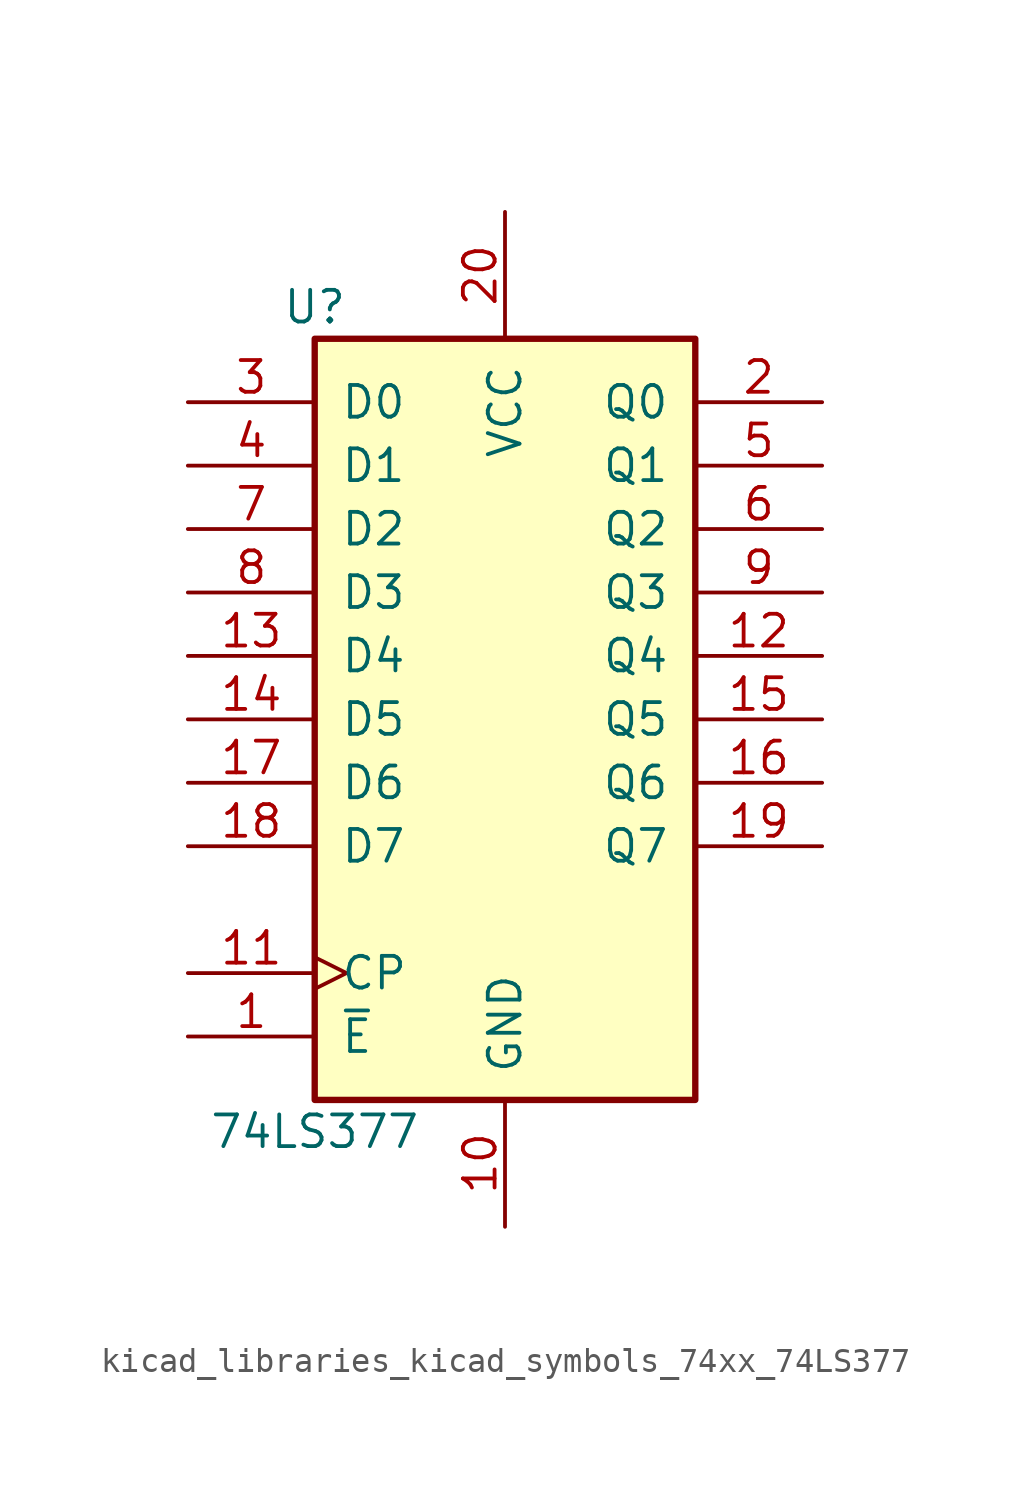
<source format=kicad_sym>
(kicad_symbol_lib
  (version 20220914)
  (generator kicad_symbol_editor)
  (symbol "kicad_libraries_kicad_symbols_74xx_74LS377"
    (pin_names
      (offset 1.016))
    (property "Reference" "U"
      (at -7.62 16.51 0)
      (effects (font (size 1.27 1.27))))
    (property "Value" "74LS377"
      (at -7.62 -16.51 0)
      (effects (font (size 1.27 1.27))))
    (property "ki_locked" ""
      (at 0 0 0)
      (effects (font (size 1.27 1.27))))
    (symbol "kicad_libraries_kicad_symbols_74xx_74LS377_1_0"
      (pin input line (at -12.7 -12.7 0) (length 5.08) (name "~{E}" (effects (font (size 1.27 1.27)))) (number "1" (effects (font (size 1.27 1.27)))))
      (pin power_in line (at 0 -20.32 90) (length 5.08) (name "GND" (effects (font (size 1.27 1.27)))) (number "10" (effects (font (size 1.27 1.27)))))
      (pin input clock (at -12.7 -10.16 0) (length 5.08) (name "CP" (effects (font (size 1.27 1.27)))) (number "11" (effects (font (size 1.27 1.27)))))
      (pin output line (at 12.7 2.54 180) (length 5.08) (name "Q4" (effects (font (size 1.27 1.27)))) (number "12" (effects (font (size 1.27 1.27)))))
      (pin input line (at -12.7 2.54 0) (length 5.08) (name "D4" (effects (font (size 1.27 1.27)))) (number "13" (effects (font (size 1.27 1.27)))))
      (pin input line (at -12.7 0 0) (length 5.08) (name "D5" (effects (font (size 1.27 1.27)))) (number "14" (effects (font (size 1.27 1.27)))))
      (pin output line (at 12.7 0 180) (length 5.08) (name "Q5" (effects (font (size 1.27 1.27)))) (number "15" (effects (font (size 1.27 1.27)))))
      (pin output line (at 12.7 -2.54 180) (length 5.08) (name "Q6" (effects (font (size 1.27 1.27)))) (number "16" (effects (font (size 1.27 1.27)))))
      (pin input line (at -12.7 -2.54 0) (length 5.08) (name "D6" (effects (font (size 1.27 1.27)))) (number "17" (effects (font (size 1.27 1.27)))))
      (pin input line (at -12.7 -5.08 0) (length 5.08) (name "D7" (effects (font (size 1.27 1.27)))) (number "18" (effects (font (size 1.27 1.27)))))
      (pin output line (at 12.7 -5.08 180) (length 5.08) (name "Q7" (effects (font (size 1.27 1.27)))) (number "19" (effects (font (size 1.27 1.27)))))
      (pin output line (at 12.7 12.7 180) (length 5.08) (name "Q0" (effects (font (size 1.27 1.27)))) (number "2" (effects (font (size 1.27 1.27)))))
      (pin power_in line (at 0 20.32 270) (length 5.08) (name "VCC" (effects (font (size 1.27 1.27)))) (number "20" (effects (font (size 1.27 1.27)))))
      (pin input line (at -12.7 12.7 0) (length 5.08) (name "D0" (effects (font (size 1.27 1.27)))) (number "3" (effects (font (size 1.27 1.27)))))
      (pin input line (at -12.7 10.16 0) (length 5.08) (name "D1" (effects (font (size 1.27 1.27)))) (number "4" (effects (font (size 1.27 1.27)))))
      (pin output line (at 12.7 10.16 180) (length 5.08) (name "Q1" (effects (font (size 1.27 1.27)))) (number "5" (effects (font (size 1.27 1.27)))))
      (pin output line (at 12.7 7.62 180) (length 5.08) (name "Q2" (effects (font (size 1.27 1.27)))) (number "6" (effects (font (size 1.27 1.27)))))
      (pin input line (at -12.7 7.62 0) (length 5.08) (name "D2" (effects (font (size 1.27 1.27)))) (number "7" (effects (font (size 1.27 1.27)))))
      (pin input line (at -12.7 5.08 0) (length 5.08) (name "D3" (effects (font (size 1.27 1.27)))) (number "8" (effects (font (size 1.27 1.27)))))
      (pin output line (at 12.7 5.08 180) (length 5.08) (name "Q3" (effects (font (size 1.27 1.27)))) (number "9" (effects (font (size 1.27 1.27))))))
    (symbol "kicad_libraries_kicad_symbols_74xx_74LS377_1_1"
      (rectangle (start -7.62 15.24) (end 7.62 -15.24) (stroke (width 0.254) (type default)) (fill (type background))))))
</source>
